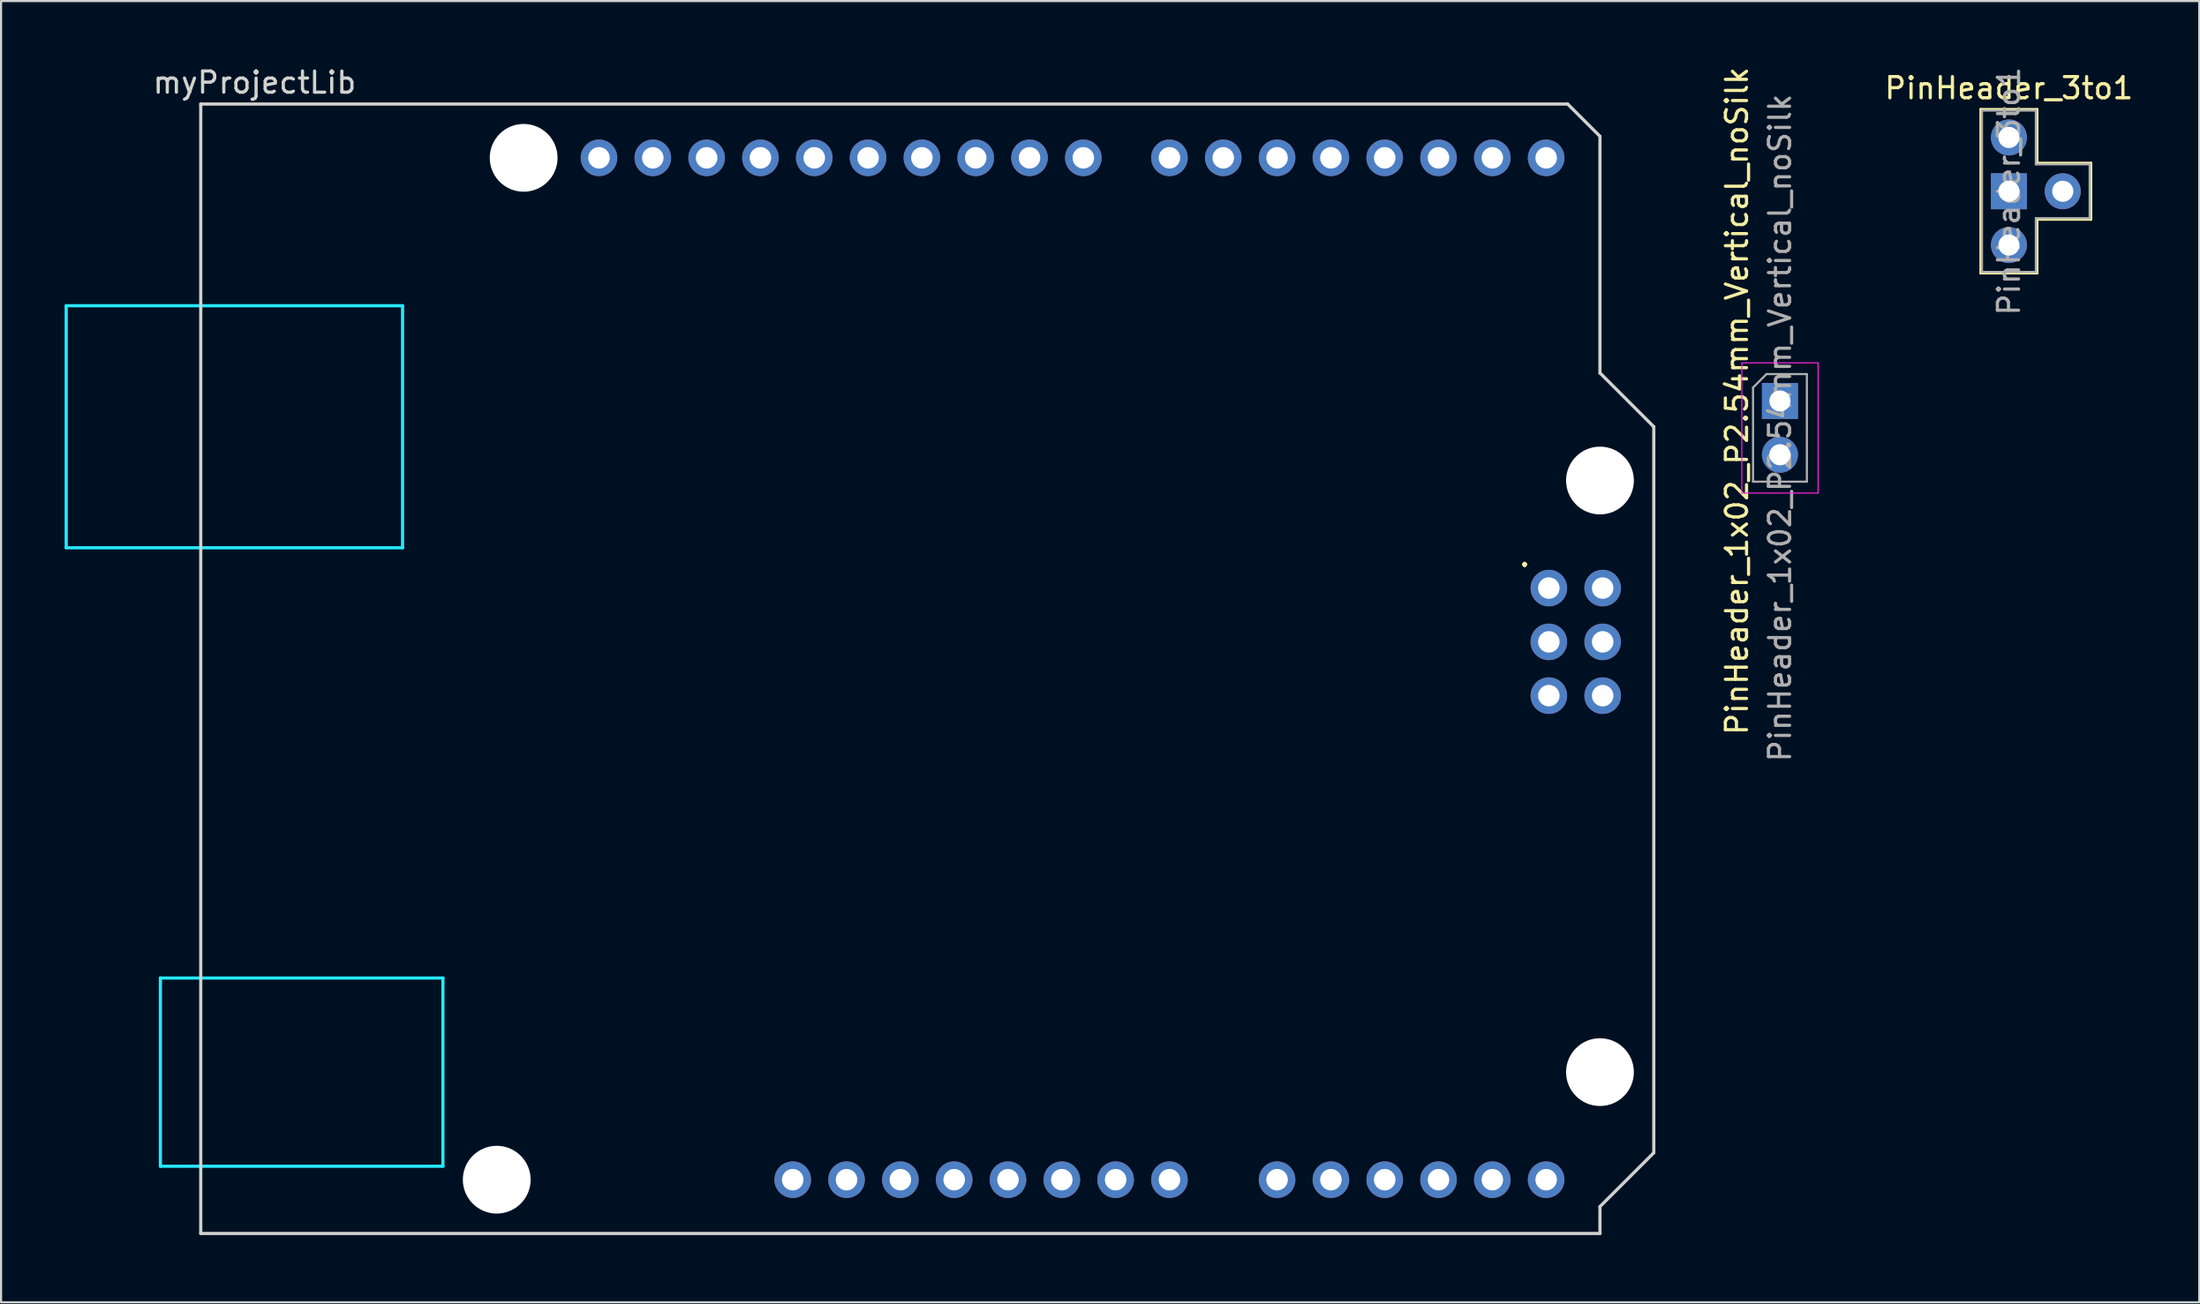
<source format=kicad_pcb>
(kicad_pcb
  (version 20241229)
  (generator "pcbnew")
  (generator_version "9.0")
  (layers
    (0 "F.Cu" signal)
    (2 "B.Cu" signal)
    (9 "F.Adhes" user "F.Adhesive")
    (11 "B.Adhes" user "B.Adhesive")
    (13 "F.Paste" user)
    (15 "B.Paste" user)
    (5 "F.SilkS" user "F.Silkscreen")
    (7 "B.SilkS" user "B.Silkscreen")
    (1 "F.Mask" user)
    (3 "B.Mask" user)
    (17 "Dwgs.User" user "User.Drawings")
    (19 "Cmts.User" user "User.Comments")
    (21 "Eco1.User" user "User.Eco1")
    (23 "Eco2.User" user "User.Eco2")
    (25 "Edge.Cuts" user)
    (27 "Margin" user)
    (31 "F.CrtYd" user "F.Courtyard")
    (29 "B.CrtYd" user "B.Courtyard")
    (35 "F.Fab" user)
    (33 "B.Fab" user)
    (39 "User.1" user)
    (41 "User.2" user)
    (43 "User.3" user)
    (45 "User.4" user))
  (footprint "PinHeader_3to1"
    (layer "F.Cu")
    (at 91.767 3.442)
    (property "Reference" "PinHeader_3to1" (at 0 -2.33 0) (layer "F.SilkS") (effects (font (size 1 1) (thickness 0.15))))
    (attr through_hole)
    (fp_line (start -1.333 -1.333) (end -1.333 6.413) (stroke (width 0.12) (type solid)) (layer "F.SilkS"))
    (fp_line (start -1.33 6.41) (end 1.33 6.41) (stroke (width 0.12) (type solid)) (layer "F.SilkS"))
    (fp_line (start 1.333 -1.333) (end -1.333 -1.333) (stroke (width 0.12) (type solid)) (layer "F.SilkS"))
    (fp_line (start 1.333 1.206) (end 1.333 -1.333) (stroke (width 0.12) (type solid)) (layer "F.SilkS"))
    (fp_line (start 1.333 3.873) (end 1.333 6.413) (stroke (width 0.12) (type solid)) (layer "F.SilkS"))
    (fp_line (start 1.333 3.873) (end 3.873 3.873) (stroke (width 0.12) (type solid)) (layer "F.SilkS"))
    (fp_line (start 3.873 1.206) (end 1.333 1.206) (stroke (width 0.12) (type solid)) (layer "F.SilkS"))
    (fp_line (start 3.873 3.873) (end 3.873 1.206) (stroke (width 0.12) (type solid)) (layer "F.SilkS"))
    (fp_line (start -1.27 -1.27) (end 1.27 -1.27) (stroke (width 0.1) (type solid)) (layer "F.Fab"))
    (fp_line (start -1.27 6.35) (end -1.27 -1.27) (stroke (width 0.1) (type solid)) (layer "F.Fab"))
    (fp_line (start 1.27 -1.27) (end 1.27 1.27) (stroke (width 0.1) (type solid)) (layer "F.Fab"))
    (fp_line (start 1.27 1.27) (end 3.81 1.27) (stroke (width 0.1) (type solid)) (layer "F.Fab"))
    (fp_line (start 1.27 3.81) (end 1.27 6.35) (stroke (width 0.1) (type solid)) (layer "F.Fab"))
    (fp_line (start 1.27 6.35) (end -1.27 6.35) (stroke (width 0.1) (type solid)) (layer "F.Fab"))
    (fp_line (start 3.81 1.27) (end 3.81 3.81) (stroke (width 0.1) (type solid)) (layer "F.Fab"))
    (fp_line (start 3.81 3.81) (end 1.27 3.81) (stroke (width 0.1) (type solid)) (layer "F.Fab"))
    (fp_text user "${REFERENCE}" (at 0 2.54 90) (layer "F.Fab") (effects (font (size 1 1) (thickness 0.15))))
    (pad "1" thru_hole rect (at 0 2.54) (size 1.7 1.7) (drill 1) (layers "*.Cu" "*.Mask"))
    (pad "2" thru_hole circle (at 0 0) (size 1.7 1.7) (drill 1) (layers "*.Cu" "*.Mask"))
    (pad "3" thru_hole circle (at 2.54 2.54) (size 1.7 1.7) (drill 1) (layers "*.Cu" "*.Mask"))
    (pad "4" thru_hole oval (at 0 5.08) (size 1.7 1.7) (drill 1) (layers "*.Cu" "*.Mask")))
  (footprint "myProjectLib"
    (layer "F.Cu")
    (at 6.425 55.204)
    (property "Reference" "myProjectLib" (at 2.54 -54.356 0) (layer "Edge.Cuts") (effects (font (size 1 1) (thickness 0.15))))
    (attr through_hole)
    (fp_line (start 0 -53.34) (end 0 0) (stroke (width 0.15) (type solid)) (layer "Edge.Cuts"))
    (fp_line (start 0 -53.34) (end 64.516 -53.34) (stroke (width 0.15) (type solid)) (layer "Edge.Cuts"))
    (fp_line (start 0 0) (end 66.04 0) (stroke (width 0.15) (type solid)) (layer "Edge.Cuts"))
    (fp_line (start 64.516 -53.34) (end 66.04 -51.816) (stroke (width 0.15) (type solid)) (layer "Edge.Cuts"))
    (fp_line (start 66.04 -40.64) (end 66.04 -51.816) (stroke (width 0.15) (type solid)) (layer "Edge.Cuts"))
    (fp_line (start 66.04 -1.27) (end 68.58 -3.81) (stroke (width 0.15) (type solid)) (layer "Edge.Cuts"))
    (fp_line (start 66.04 0) (end 66.04 -1.27) (stroke (width 0.15) (type solid)) (layer "Edge.Cuts"))
    (fp_line (start 68.58 -38.1) (end 66.04 -40.64) (stroke (width 0.15) (type solid)) (layer "Edge.Cuts"))
    (fp_line (start 68.58 -3.81) (end 68.58 -38.1) (stroke (width 0.15) (type solid)) (layer "Edge.Cuts"))
    (fp_line (start -6.35 -43.815) (end -6.35 -32.385) (stroke (width 0.15) (type solid)) (layer "B.CrtYd"))
    (fp_line (start -1.905 -12.065) (end -1.905 -3.175) (stroke (width 0.15) (type solid)) (layer "B.CrtYd"))
    (fp_line (start -1.905 -12.065) (end 11.43 -12.065) (stroke (width 0.15) (type solid)) (layer "B.CrtYd"))
    (fp_line (start -1.905 -3.175) (end 11.43 -3.175) (stroke (width 0.15) (type solid)) (layer "B.CrtYd"))
    (fp_line (start 9.525 -43.815) (end -6.35 -43.815) (stroke (width 0.15) (type solid)) (layer "B.CrtYd"))
    (fp_line (start 9.525 -43.815) (end 9.525 -32.385) (stroke (width 0.15) (type solid)) (layer "B.CrtYd"))
    (fp_line (start 9.525 -32.385) (end -6.35 -32.385) (stroke (width 0.15) (type solid)) (layer "B.CrtYd"))
    (fp_line (start 11.43 -12.065) (end 11.43 -3.175) (stroke (width 0.15) (type solid)) (layer "B.CrtYd"))
    (fp_text user "." (at 62.484 -32.004 0) (layer "F.SilkS") (effects (font (size 1 1) (thickness 0.15))))
    (pad "" np_thru_hole circle (at 13.97 -2.54) (size 3.2 3.2) (drill 3.2) (layers "*.Cu" "*.Mask"))
    (pad "" np_thru_hole circle (at 15.24 -50.8) (size 3.2 3.2) (drill 3.2) (layers "*.Cu" "*.Mask"))
    (pad "" thru_hole oval (at 27.94 -2.54) (size 1.727 1.727) (drill 1.016) (layers "*.Cu" "*.Mask"))
    (pad "" np_thru_hole circle (at 66.04 -35.56) (size 3.2 3.2) (drill 3.2) (layers "*.Cu" "*.Mask"))
    (pad "" np_thru_hole circle (at 66.04 -7.62) (size 3.2 3.2) (drill 3.2) (layers "*.Cu" "*.Mask"))
    (pad "3V3" thru_hole oval (at 35.56 -2.54) (size 1.727 1.727) (drill 1.016) (layers "*.Cu" "*.Mask"))
    (pad "5V1" thru_hole oval (at 38.1 -2.54) (size 1.727 1.727) (drill 1.016) (layers "*.Cu" "*.Mask"))
    (pad "5V2" thru_hole oval (at 66.167 -30.48) (size 1.727 1.727) (drill 1.016) (layers "*.Cu" "*.Mask"))
    (pad "A0" thru_hole oval (at 50.8 -2.54) (size 1.727 1.727) (drill 1.016) (layers "*.Cu" "*.Mask"))
    (pad "A1" thru_hole oval (at 53.34 -2.54) (size 1.727 1.727) (drill 1.016) (layers "*.Cu" "*.Mask"))
    (pad "A2" thru_hole oval (at 55.88 -2.54) (size 1.727 1.727) (drill 1.016) (layers "*.Cu" "*.Mask"))
    (pad "A3" thru_hole oval (at 58.42 -2.54) (size 1.727 1.727) (drill 1.016) (layers "*.Cu" "*.Mask"))
    (pad "A4" thru_hole oval (at 60.96 -2.54) (size 1.727 1.727) (drill 1.016) (layers "*.Cu" "*.Mask"))
    (pad "A5" thru_hole oval (at 63.5 -2.54) (size 1.727 1.727) (drill 1.016) (layers "*.Cu" "*.Mask"))
    (pad "AREF" thru_hole oval (at 23.876 -50.8) (size 1.727 1.727) (drill 1.016) (layers "*.Cu" "*.Mask"))
    (pad "D0" thru_hole oval (at 63.5 -50.8) (size 1.727 1.727) (drill 1.016) (layers "*.Cu" "*.Mask"))
    (pad "D1" thru_hole oval (at 60.96 -50.8) (size 1.727 1.727) (drill 1.016) (layers "*.Cu" "*.Mask"))
    (pad "D2" thru_hole oval (at 58.42 -50.8) (size 1.727 1.727) (drill 1.016) (layers "*.Cu" "*.Mask"))
    (pad "D3" thru_hole oval (at 55.88 -50.8) (size 1.727 1.727) (drill 1.016) (layers "*.Cu" "*.Mask"))
    (pad "D4" thru_hole oval (at 53.34 -50.8) (size 1.727 1.727) (drill 1.016) (layers "*.Cu" "*.Mask"))
    (pad "D5" thru_hole oval (at 50.8 -50.8) (size 1.727 1.727) (drill 1.016) (layers "*.Cu" "*.Mask"))
    (pad "D6" thru_hole oval (at 48.26 -50.8) (size 1.727 1.727) (drill 1.016) (layers "*.Cu" "*.Mask"))
    (pad "D7" thru_hole oval (at 45.72 -50.8) (size 1.727 1.727) (drill 1.016) (layers "*.Cu" "*.Mask"))
    (pad "D8" thru_hole oval (at 41.656 -50.8) (size 1.727 1.727) (drill 1.016) (layers "*.Cu" "*.Mask"))
    (pad "D9" thru_hole oval (at 39.116 -50.8) (size 1.727 1.727) (drill 1.016) (layers "*.Cu" "*.Mask"))
    (pad "D10" thru_hole oval (at 36.576 -50.8) (size 1.727 1.727) (drill 1.016) (layers "*.Cu" "*.Mask"))
    (pad "D11" thru_hole oval (at 34.036 -50.8) (size 1.727 1.727) (drill 1.016) (layers "*.Cu" "*.Mask"))
    (pad "D12" thru_hole oval (at 31.496 -50.8) (size 1.727 1.727) (drill 1.016) (layers "*.Cu" "*.Mask"))
    (pad "D13" thru_hole oval (at 28.956 -50.8) (size 1.727 1.727) (drill 1.016) (layers "*.Cu" "*.Mask"))
    (pad "GND1" thru_hole oval (at 26.416 -50.8) (size 1.727 1.727) (drill 1.016) (layers "*.Cu" "*.Mask"))
    (pad "GND2" thru_hole oval (at 40.64 -2.54) (size 1.727 1.727) (drill 1.016) (layers "*.Cu" "*.Mask"))
    (pad "GND3" thru_hole oval (at 43.18 -2.54) (size 1.727 1.727) (drill 1.016) (layers "*.Cu" "*.Mask"))
    (pad "GND4" thru_hole oval (at 66.167 -25.4) (size 1.727 1.727) (drill 1.016) (layers "*.Cu" "*.Mask"))
    (pad "IORF" thru_hole oval (at 30.48 -2.54) (size 1.727 1.727) (drill 1.016) (layers "*.Cu" "*.Mask"))
    (pad "MISO" thru_hole oval (at 63.627 -30.48) (size 1.727 1.727) (drill 1.016) (layers "*.Cu" "*.Mask"))
    (pad "MOSI" thru_hole oval (at 66.167 -27.94) (size 1.727 1.727) (drill 1.016) (layers "*.Cu" "*.Mask"))
    (pad "RST1" thru_hole oval (at 33.02 -2.54) (size 1.727 1.727) (drill 1.016) (layers "*.Cu" "*.Mask"))
    (pad "RST2" thru_hole oval (at 63.627 -25.4) (size 1.727 1.727) (drill 1.016) (layers "*.Cu" "*.Mask"))
    (pad "SCK" thru_hole oval (at 63.627 -27.94) (size 1.727 1.727) (drill 1.016) (layers "*.Cu" "*.Mask"))
    (pad "SCL" thru_hole oval (at 18.796 -50.8) (size 1.727 1.727) (drill 1.016) (layers "*.Cu" "*.Mask"))
    (pad "SDA" thru_hole oval (at 21.336 -50.8) (size 1.727 1.727) (drill 1.016) (layers "*.Cu" "*.Mask"))
    (pad "VIN" thru_hole oval (at 45.72 -2.54) (size 1.727 1.727) (drill 1.016) (layers "*.Cu" "*.Mask")))
  (footprint "PinHeader_1x02_P2.54mm_Vertical_noSilk"
    (layer "F.Cu")
    (at 80.96 15.887)
    (property "Reference" "PinHeader_1x02_P2.54mm_Vertical_noSilk" (at -2.032 0 90) (layer "F.SilkS") (effects (font (size 1 1) (thickness 0.15))))
    (attr through_hole)
    (fp_line (start -1.8 -1.8) (end -1.8 4.35) (stroke (width 0.05) (type solid)) (layer "F.CrtYd"))
    (fp_line (start -1.8 4.35) (end 1.8 4.35) (stroke (width 0.05) (type solid)) (layer "F.CrtYd"))
    (fp_line (start 1.8 -1.8) (end -1.8 -1.8) (stroke (width 0.05) (type solid)) (layer "F.CrtYd"))
    (fp_line (start 1.8 4.35) (end 1.8 -1.8) (stroke (width 0.05) (type solid)) (layer "F.CrtYd"))
    (fp_line (start -1.27 -0.635) (end -0.635 -1.27) (stroke (width 0.1) (type solid)) (layer "F.Fab"))
    (fp_line (start -1.27 3.81) (end -1.27 -0.635) (stroke (width 0.1) (type solid)) (layer "F.Fab"))
    (fp_line (start -0.635 -1.27) (end 1.27 -1.27) (stroke (width 0.1) (type solid)) (layer "F.Fab"))
    (fp_line (start 1.27 -1.27) (end 1.27 3.81) (stroke (width 0.1) (type solid)) (layer "F.Fab"))
    (fp_line (start 1.27 3.81) (end -1.27 3.81) (stroke (width 0.1) (type solid)) (layer "F.Fab"))
    (fp_text user "${REFERENCE}" (at 0 1.27 90) (layer "F.Fab") (effects (font (size 1 1) (thickness 0.15))))
    (pad "1" thru_hole rect (at 0 0) (size 1.7 1.7) (drill 1) (layers "*.Cu" "*.Mask"))
    (pad "2" thru_hole oval (at 0 2.54) (size 1.7 1.7) (drill 1) (layers "*.Cu" "*.Mask")))
  (gr_rect
    (start -3 -3)
    (end 100.75 58.454)
    (stroke (width 0.1) (type default))
    (fill no)
    (layer "Edge.Cuts")))
</source>
